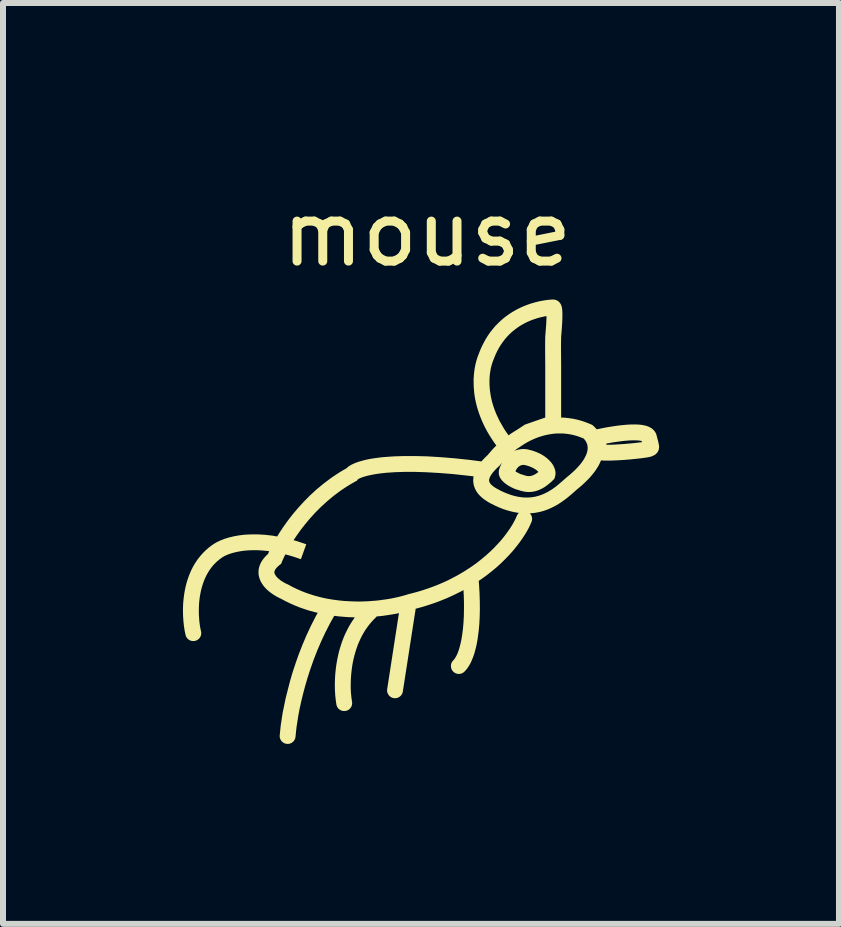
<source format=kicad_pcb>
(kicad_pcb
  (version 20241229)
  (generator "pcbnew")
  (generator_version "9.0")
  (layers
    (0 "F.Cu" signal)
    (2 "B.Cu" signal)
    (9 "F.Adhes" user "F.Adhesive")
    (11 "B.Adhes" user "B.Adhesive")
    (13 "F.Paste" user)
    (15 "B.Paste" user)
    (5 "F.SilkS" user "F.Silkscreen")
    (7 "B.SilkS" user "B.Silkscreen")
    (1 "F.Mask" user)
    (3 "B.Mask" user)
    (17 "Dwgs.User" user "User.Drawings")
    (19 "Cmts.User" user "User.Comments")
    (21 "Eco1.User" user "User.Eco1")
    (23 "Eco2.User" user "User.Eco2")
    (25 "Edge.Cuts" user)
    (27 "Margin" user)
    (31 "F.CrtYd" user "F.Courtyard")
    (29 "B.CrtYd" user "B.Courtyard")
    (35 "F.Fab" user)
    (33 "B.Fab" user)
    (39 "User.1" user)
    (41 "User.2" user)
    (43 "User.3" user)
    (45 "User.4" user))
  (footprint "mouse"
    (layer "F.Cu")
    (at 4.069 1.348)
    (property "Reference" "mouse" (at 0 -0.5 0) (unlocked yes) (layer "F.SilkS") (effects (font (size 1 1) (thickness 0.15))))
    (fp_poly (pts (xy 0.448 6.6) (xy 0.458 6.588) (xy 0.468 6.573) (xy 0.478 6.556) (xy 0.488 6.538) (xy 0.499 6.517) (xy 0.509 6.494) (xy 0.519 6.468) (xy 0.529 6.44) (xy 0.538 6.41) (xy 0.547 6.378) (xy 0.556 6.343) (xy 0.565 6.306) (xy 0.573 6.266) (xy 0.58 6.224) (xy 0.587 6.179) (xy 0.599 6.086) (xy 0.608 5.985) (xy 0.614 5.877) (xy 0.616 5.762) (xy 0.616 5.64) (xy 0.612 5.51) (xy 0.608 5.44) (xy 0.575 5.458) (xy 0.455 5.518) (xy 0.33 5.575) (xy 0.198 5.628) (xy 0.13 5.653) (xy 0.06 5.677) (xy -0.012 5.7) (xy -0.085 5.722) (xy -0.16 5.743) (xy -0.189 5.75) (xy -0.403 7.13) (xy -0.404 7.137) (xy -0.406 7.143) (xy -0.408 7.15) (xy -0.41 7.156) (xy -0.412 7.162) (xy -0.415 7.168) (xy -0.418 7.174) (xy -0.421 7.179) (xy -0.425 7.185) (xy -0.428 7.19) (xy -0.432 7.195) (xy -0.437 7.2) (xy -0.441 7.204) (xy -0.446 7.209) (xy -0.451 7.213) (xy -0.456 7.217) (xy -0.461 7.22) (xy -0.466 7.224) (xy -0.472 7.227) (xy -0.477 7.23) (xy -0.483 7.232) (xy -0.489 7.234) (xy -0.495 7.237) (xy -0.501 7.238) (xy -0.508 7.24) (xy -0.514 7.241) (xy -0.521 7.242) (xy -0.527 7.242) (xy -0.534 7.242) (xy -0.54 7.242) (xy -0.547 7.241) (xy -0.554 7.241) (xy -0.561 7.239) (xy -0.567 7.238) (xy -0.574 7.236) (xy -0.58 7.234) (xy -0.586 7.231) (xy -0.592 7.229) (xy -0.598 7.226) (xy -0.603 7.222) (xy -0.609 7.219) (xy -0.614 7.215) (xy -0.619 7.211) (xy -0.624 7.207) (xy -0.628 7.203) (xy -0.633 7.198) (xy -0.637 7.193) (xy -0.64 7.188) (xy -0.644 7.183) (xy -0.647 7.177) (xy -0.651 7.172) (xy -0.653 7.166) (xy -0.656 7.16) (xy -0.658 7.154) (xy -0.66 7.148) (xy -0.662 7.142) (xy -0.663 7.136) (xy -0.665 7.129) (xy -0.665 7.123) (xy -0.666 7.116) (xy -0.666 7.11) (xy -0.666 7.103) (xy -0.665 7.096) (xy -0.664 7.09) (xy -0.468 5.823) (xy -0.51 5.833) (xy -0.627 5.853) (xy -0.752 5.871) (xy -0.839 5.879) (xy -0.841 5.881) (xy -0.845 5.887) (xy -0.849 5.892) (xy -0.854 5.896) (xy -0.893 5.935) (xy -0.93 5.976) (xy -0.965 6.018) (xy -0.997 6.061) (xy -1.028 6.105) (xy -1.056 6.151) (xy -1.082 6.197) (xy -1.106 6.244) (xy -1.128 6.292) (xy -1.149 6.341) (xy -1.167 6.39) (xy -1.184 6.44) (xy -1.199 6.49) (xy -1.213 6.54) (xy -1.225 6.59) (xy -1.236 6.64) (xy -1.245 6.69) (xy -1.252 6.739) (xy -1.258 6.788) (xy -1.263 6.836) (xy -1.267 6.883) (xy -1.27 6.929) (xy -1.271 6.973) (xy -1.272 7.017) (xy -1.272 7.059) (xy -1.271 7.099) (xy -1.269 7.138) (xy -1.266 7.175) (xy -1.259 7.242) (xy -1.25 7.301) (xy -1.249 7.308) (xy -1.249 7.314) (xy -1.248 7.321) (xy -1.248 7.328) (xy -1.249 7.334) (xy -1.249 7.341) (xy -1.25 7.347) (xy -1.251 7.354) (xy -1.253 7.36) (xy -1.255 7.366) (xy -1.257 7.372) (xy -1.26 7.378) (xy -1.262 7.384) (xy -1.265 7.389) (xy -1.268 7.395) (xy -1.272 7.4) (xy -1.276 7.405) (xy -1.28 7.41) (xy -1.284 7.415) (xy -1.288 7.419) (xy -1.293 7.424) (xy -1.298 7.428) (xy -1.303 7.432) (xy -1.308 7.435) (xy -1.314 7.439) (xy -1.32 7.442) (xy -1.325 7.445) (xy -1.332 7.447) (xy -1.338 7.449) (xy -1.344 7.451) (xy -1.351 7.453) (xy -1.357 7.454) (xy -1.364 7.455) (xy -1.371 7.456) (xy -1.377 7.456) (xy -1.384 7.456) (xy -1.391 7.456) (xy -1.397 7.455) (xy -1.404 7.454) (xy -1.41 7.453) (xy -1.416 7.452) (xy -1.422 7.45) (xy -1.428 7.448) (xy -1.434 7.445) (xy -1.44 7.442) (xy -1.445 7.439) (xy -1.451 7.436) (xy -1.456 7.433) (xy -1.461 7.429) (xy -1.466 7.425) (xy -1.471 7.421) (xy -1.476 7.416) (xy -1.48 7.412) (xy -1.484 7.407) (xy -1.488 7.402) (xy -1.491 7.396) (xy -1.495 7.391) (xy -1.498 7.385) (xy -1.501 7.379) (xy -1.503 7.373) (xy -1.506 7.367) (xy -1.508 7.361) (xy -1.509 7.354) (xy -1.511 7.347) (xy -1.521 7.277) (xy -1.53 7.198) (xy -1.535 7.11) (xy -1.537 7.016) (xy -1.534 6.916) (xy -1.531 6.863) (xy -1.527 6.81) (xy -1.521 6.756) (xy -1.514 6.701) (xy -1.505 6.645) (xy -1.495 6.589) (xy -1.483 6.532) (xy -1.47 6.475) (xy -1.454 6.417) (xy -1.436 6.359) (xy -1.417 6.301) (xy -1.395 6.244) (xy -1.371 6.186) (xy -1.344 6.129) (xy -1.315 6.072) (xy -1.284 6.016) (xy -1.249 5.961) (xy -1.213 5.907) (xy -1.203 5.894) (xy -1.248 5.893) (xy -1.324 5.89) (xy -1.402 5.884) (xy -1.48 5.877) (xy -1.547 5.869) (xy -1.617 5.994) (xy -1.695 6.146) (xy -1.766 6.298) (xy -1.831 6.45) (xy -1.89 6.601) (xy -1.942 6.749) (xy -1.989 6.893) (xy -2.03 7.033) (xy -2.066 7.168) (xy -2.097 7.296) (xy -2.124 7.418) (xy -2.145 7.53) (xy -2.176 7.728) (xy -2.192 7.881) (xy -2.193 7.888) (xy -2.194 7.894) (xy -2.195 7.901) (xy -2.197 7.907) (xy -2.198 7.914) (xy -2.201 7.92) (xy -2.203 7.926) (xy -2.206 7.931) (xy -2.209 7.937) (xy -2.212 7.943) (xy -2.216 7.948) (xy -2.22 7.953) (xy -2.224 7.958) (xy -2.228 7.963) (xy -2.232 7.967) (xy -2.237 7.972) (xy -2.242 7.976) (xy -2.247 7.979) (xy -2.252 7.983) (xy -2.258 7.986) (xy -2.263 7.989) (xy -2.269 7.992) (xy -2.275 7.995) (xy -2.281 7.997) (xy -2.287 7.999) (xy -2.293 8.001) (xy -2.3 8.002) (xy -2.306 8.003) (xy -2.313 8.004) (xy -2.319 8.004) (xy -2.326 8.004) (xy -2.333 8.004) (xy -2.34 8.003) (xy -2.346 8.002) (xy -2.353 8.001) (xy -2.359 7.999) (xy -2.366 7.997) (xy -2.372 7.995) (xy -2.378 7.993) (xy -2.384 7.99) (xy -2.389 7.987) (xy -2.395 7.984) (xy -2.4 7.98) (xy -2.405 7.976) (xy -2.41 7.972) (xy -2.415 7.968) (xy -2.419 7.964) (xy -2.424 7.959) (xy -2.428 7.954) (xy -2.432 7.949) (xy -2.435 7.944) (xy -2.438 7.938) (xy -2.442 7.933) (xy -2.444 7.927) (xy -2.447 7.921) (xy -2.449 7.915) (xy -2.451 7.909) (xy -2.453 7.903) (xy -2.454 7.896) (xy -2.455 7.89) (xy -2.456 7.883) (xy -2.456 7.876) (xy -2.456 7.87) (xy -2.456 7.863) (xy -2.439 7.698) (xy -2.407 7.487) (xy -2.356 7.239) (xy -2.285 6.962) (xy -2.242 6.814) (xy -2.192 6.662) (xy -2.137 6.506) (xy -2.075 6.348) (xy -2.007 6.188) (xy -1.932 6.028) (xy -1.85 5.868) (xy -1.822 5.819) (xy -1.88 5.805) (xy -1.961 5.783) (xy -2.041 5.757) (xy -2.122 5.729) (xy -2.202 5.697) (xy -2.281 5.662) (xy -2.36 5.624) (xy -2.43 5.586) (xy -2.444 5.58) (xy -2.465 5.57) (xy -2.486 5.559) (xy -2.508 5.547) (xy -2.531 5.534) (xy -2.553 5.52) (xy -2.576 5.505) (xy -2.599 5.489) (xy -2.621 5.472) (xy -2.643 5.454) (xy -2.665 5.435) (xy -2.685 5.415) (xy -2.705 5.394) (xy -2.723 5.372) (xy -2.74 5.348) (xy -2.748 5.337) (xy -2.756 5.324) (xy -2.764 5.311) (xy -2.771 5.297) (xy -2.778 5.283) (xy -2.784 5.268) (xy -2.79 5.253) (xy -2.795 5.238) (xy -2.799 5.223) (xy -2.803 5.207) (xy -2.806 5.19) (xy -2.808 5.174) (xy -2.809 5.157) (xy -2.809 5.14) (xy -2.545 5.14) (xy -2.545 5.144) (xy -2.545 5.147) (xy -2.544 5.15) (xy -2.544 5.154) (xy -2.543 5.158) (xy -2.542 5.162) (xy -2.54 5.166) (xy -2.539 5.17) (xy -2.537 5.174) (xy -2.535 5.178) (xy -2.532 5.183) (xy -2.529 5.188) (xy -2.522 5.199) (xy -2.513 5.211) (xy -2.504 5.222) (xy -2.493 5.233) (xy -2.482 5.244) (xy -2.469 5.255) (xy -2.456 5.265) (xy -2.443 5.276) (xy -2.428 5.286) (xy -2.414 5.296) (xy -2.398 5.305) (xy -2.383 5.314) (xy -2.368 5.323) (xy -2.352 5.331) (xy -2.336 5.338) (xy -2.32 5.345) (xy -2.314 5.348) (xy -2.307 5.352) (xy -2.239 5.389) (xy -2.17 5.422) (xy -2.1 5.453) (xy -2.029 5.481) (xy -1.957 5.506) (xy -1.886 5.529) (xy -1.813 5.549) (xy -1.741 5.567) (xy -1.669 5.582) (xy -1.596 5.595) (xy -1.524 5.605) (xy -1.452 5.614) (xy -1.381 5.621) (xy -1.31 5.625) (xy -1.24 5.628) (xy -1.171 5.63) (xy -1.103 5.63) (xy -1.036 5.628) (xy -0.97 5.625) (xy -0.906 5.62) (xy -0.844 5.615) (xy -0.783 5.608) (xy -0.725 5.6) (xy -0.668 5.592) (xy -0.614 5.583) (xy -0.562 5.573) (xy -0.467 5.552) (xy -0.382 5.53) (xy -0.31 5.508) (xy -0.287 5.576) (xy -0.287 5.576) (xy -0.31 5.508) (xy -0.304 5.506) (xy -0.299 5.505) (xy -0.228 5.487) (xy -0.158 5.468) (xy -0.09 5.448) (xy -0.024 5.426) (xy 0.041 5.404) (xy 0.104 5.381) (xy 0.166 5.357) (xy 0.226 5.332) (xy 0.285 5.306) (xy 0.342 5.28) (xy 0.397 5.252) (xy 0.451 5.224) (xy 0.504 5.196) (xy 0.555 5.167) (xy 0.605 5.137) (xy 0.653 5.107) (xy 0.745 5.047) (xy 0.831 4.985) (xy 0.911 4.922) (xy 0.986 4.859) (xy 1.056 4.796) (xy 1.12 4.733) (xy 1.179 4.671) (xy 1.234 4.61) (xy 1.283 4.55) (xy 1.327 4.492) (xy 1.367 4.436) (xy 1.402 4.383) (xy 1.432 4.333) (xy 1.458 4.286) (xy 1.48 4.242) (xy 1.497 4.203) (xy 1.499 4.197) (xy 1.502 4.191) (xy 1.506 4.185) (xy 1.509 4.179) (xy 1.513 4.174) (xy 1.517 4.169) (xy 1.521 4.164) (xy 1.526 4.159) (xy 1.53 4.155) (xy 1.532 4.153) (xy 1.509 4.15) (xy 1.448 4.139) (xy 1.385 4.124) (xy 1.321 4.106) (xy 1.255 4.083) (xy 1.188 4.056) (xy 1.119 4.024) (xy 1.048 3.988) (xy 1.025 3.975) (xy 1.003 3.961) (xy 0.981 3.947) (xy 0.96 3.933) (xy 0.94 3.918) (xy 0.921 3.902) (xy 0.902 3.886) (xy 0.885 3.869) (xy 0.868 3.852) (xy 0.853 3.834) (xy 0.838 3.815) (xy 0.825 3.795) (xy 0.813 3.775) (xy 0.803 3.755) (xy 0.794 3.733) (xy 0.786 3.711) (xy 0.779 3.687) (xy 0.775 3.664) (xy 0.772 3.641) (xy 0.77 3.618) (xy 0.77 3.608) (xy 1.035 3.608) (xy 1.035 3.614) (xy 1.036 3.619) (xy 1.036 3.623) (xy 1.037 3.628) (xy 1.038 3.632) (xy 1.04 3.637) (xy 1.042 3.642) (xy 1.045 3.648) (xy 1.049 3.654) (xy 1.053 3.661) (xy 1.059 3.668) (xy 1.065 3.675) (xy 1.072 3.683) (xy 1.081 3.691) (xy 1.09 3.699) (xy 1.101 3.708) (xy 1.113 3.717) (xy 1.126 3.726) (xy 1.141 3.735) (xy 1.157 3.745) (xy 1.175 3.755) (xy 1.234 3.786) (xy 1.291 3.812) (xy 1.346 3.834) (xy 1.399 3.853) (xy 1.45 3.868) (xy 1.5 3.88) (xy 1.547 3.888) (xy 1.593 3.894) (xy 1.637 3.896) (xy 1.679 3.897) (xy 1.72 3.894) (xy 1.759 3.89) (xy 1.797 3.884) (xy 1.833 3.875) (xy 1.868 3.865) (xy 1.901 3.854) (xy 1.934 3.841) (xy 1.967 3.826) (xy 1.998 3.811) (xy 2.029 3.794) (xy 2.058 3.776) (xy 2.087 3.758) (xy 2.114 3.739) (xy 2.141 3.719) (xy 2.167 3.699) (xy 2.192 3.678) (xy 2.24 3.637) (xy 2.331 3.558) (xy 2.333 3.555) (xy 2.335 3.554) (xy 2.418 3.657) (xy 2.332 3.559) (xy 2.418 3.657) (xy 2.335 3.554) (xy 2.379 3.518) (xy 2.419 3.483) (xy 2.455 3.45) (xy 2.488 3.417) (xy 2.518 3.385) (xy 2.545 3.355) (xy 2.569 3.325) (xy 2.59 3.297) (xy 2.608 3.27) (xy 2.624 3.244) (xy 2.637 3.219) (xy 2.649 3.195) (xy 2.658 3.172) (xy 2.665 3.151) (xy 2.671 3.13) (xy 2.675 3.111) (xy 2.676 3.103) (xy 2.677 3.095) (xy 2.677 3.086) (xy 2.678 3.078) (xy 2.678 3.07) (xy 2.678 3.062) (xy 2.678 3.055) (xy 2.677 3.047) (xy 2.676 3.039) (xy 2.675 3.032) (xy 2.673 3.025) (xy 2.672 3.018) (xy 2.67 3.011) (xy 2.668 3.004) (xy 2.665 2.997) (xy 2.99 2.997) (xy 2.99 3.006) (xy 2.991 3.017) (xy 2.992 3.017) (xy 3.019 3.017) (xy 3.079 3.016) (xy 3.145 3.013) (xy 3.214 3.009) (xy 3.285 3.004) (xy 3.355 2.998) (xy 3.423 2.992) (xy 3.487 2.985) (xy 3.545 2.978) (xy 3.57 2.975) (xy 3.584 2.973) (xy 3.581 2.961) (xy 3.656 2.961) (xy 3.656 2.961) (xy 3.657 2.961) (xy 3.657 2.961) (xy 3.656 2.961) (xy 3.656 2.961) (xy 3.581 2.961) (xy 3.579 2.955) (xy 3.578 2.955) (xy 3.571 2.953) (xy 3.563 2.951) (xy 3.553 2.949) (xy 3.542 2.948) (xy 3.53 2.946) (xy 3.502 2.944) (xy 3.473 2.943) (xy 3.441 2.943) (xy 3.408 2.944) (xy 3.373 2.945) (xy 3.337 2.948) (xy 3.3 2.951) (xy 3.261 2.955) (xy 3.223 2.96) (xy 3.186 2.965) (xy 3.149 2.97) (xy 3.113 2.975) (xy 3.045 2.987) (xy 2.99 2.997) (xy 2.665 2.997) (xy 2.665 2.997) (xy 2.663 2.99) (xy 2.657 2.977) (xy 2.65 2.965) (xy 2.643 2.953) (xy 2.635 2.941) (xy 2.626 2.93) (xy 2.617 2.919) (xy 2.61 2.912) (xy 2.57 2.896) (xy 2.512 2.875) (xy 2.454 2.858) (xy 2.396 2.845) (xy 2.339 2.836) (xy 2.283 2.83) (xy 2.228 2.828) (xy 2.173 2.828) (xy 2.119 2.832) (xy 2.066 2.839) (xy 2.014 2.848) (xy 1.963 2.859) (xy 1.913 2.873) (xy 1.863 2.889) (xy 1.815 2.907) (xy 1.768 2.927) (xy 1.721 2.949) (xy 1.676 2.973) (xy 1.635 2.996) (xy 1.505 3.081) (xy 1.472 3.106) (xy 1.453 3.12) (xy 1.458 3.118) (xy 1.476 3.111) (xy 1.495 3.105) (xy 1.513 3.1) (xy 1.531 3.096) (xy 1.549 3.093) (xy 1.566 3.09) (xy 1.584 3.089) (xy 1.6 3.088) (xy 1.617 3.088) (xy 1.633 3.089) (xy 1.649 3.09) (xy 1.664 3.092) (xy 1.678 3.095) (xy 1.692 3.098) (xy 1.7 3.1) (xy 1.724 3.106) (xy 1.751 3.113) (xy 1.776 3.121) (xy 1.801 3.13) (xy 1.825 3.139) (xy 1.848 3.149) (xy 1.87 3.159) (xy 1.892 3.17) (xy 1.913 3.181) (xy 1.932 3.193) (xy 1.951 3.205) (xy 1.97 3.218) (xy 1.987 3.231) (xy 2.003 3.244) (xy 2.019 3.258) (xy 2.033 3.272) (xy 2.04 3.279) (xy 2.047 3.286) (xy 2.054 3.293) (xy 2.06 3.3) (xy 2.067 3.308) (xy 2.073 3.315) (xy 2.079 3.323) (xy 2.084 3.331) (xy 2.09 3.339) (xy 2.095 3.346) (xy 2.1 3.354) (xy 2.105 3.362) (xy 2.109 3.371) (xy 2.113 3.379) (xy 2.117 3.387) (xy 2.121 3.395) (xy 2.124 3.404) (xy 2.127 3.412) (xy 2.13 3.421) (xy 2.133 3.43) (xy 2.136 3.44) (xy 2.138 3.449) (xy 2.139 3.459) (xy 2.141 3.469) (xy 2.142 3.48) (xy 2.142 3.49) (xy 2.142 3.501) (xy 2.141 3.512) (xy 2.14 3.523) (xy 2.138 3.534) (xy 2.135 3.545) (xy 2.132 3.557) (xy 2.122 3.586) (xy 2.099 3.608) (xy 2.074 3.633) (xy 2.048 3.655) (xy 2.023 3.676) (xy 1.998 3.695) (xy 1.974 3.713) (xy 1.949 3.729) (xy 1.925 3.743) (xy 1.901 3.755) (xy 1.877 3.766) (xy 1.853 3.776) (xy 1.83 3.784) (xy 1.807 3.791) (xy 1.784 3.796) (xy 1.761 3.8) (xy 1.738 3.803) (xy 1.715 3.804) (xy 1.705 3.804) (xy 1.694 3.804) (xy 1.684 3.804) (xy 1.674 3.804) (xy 1.664 3.803) (xy 1.654 3.802) (xy 1.645 3.801) (xy 1.635 3.8) (xy 1.618 3.797) (xy 1.601 3.793) (xy 1.585 3.79) (xy 1.57 3.786) (xy 1.563 3.784) (xy 1.556 3.782) (xy 1.543 3.778) (xy 1.521 3.771) (xy 1.511 3.768) (xy 1.503 3.765) (xy 1.5 3.764) (xy 1.497 3.763) (xy 1.494 3.762) (xy 1.491 3.762) (xy 1.523 3.633) (xy 1.523 3.633) (xy 1.491 3.762) (xy 1.483 3.76) (xy 1.474 3.756) (xy 1.461 3.751) (xy 1.448 3.746) (xy 1.436 3.74) (xy 1.423 3.734) (xy 1.411 3.728) (xy 1.4 3.723) (xy 1.388 3.716) (xy 1.377 3.71) (xy 1.367 3.704) (xy 1.356 3.698) (xy 1.346 3.692) (xy 1.337 3.685) (xy 1.327 3.679) (xy 1.318 3.672) (xy 1.309 3.666) (xy 1.301 3.659) (xy 1.293 3.653) (xy 1.285 3.646) (xy 1.277 3.639) (xy 1.27 3.632) (xy 1.263 3.625) (xy 1.256 3.618) (xy 1.249 3.61) (xy 1.246 3.607) (xy 1.243 3.603) (xy 1.238 3.596) (xy 1.232 3.588) (xy 1.226 3.579) (xy 1.223 3.574) (xy 1.22 3.569) (xy 1.217 3.564) (xy 1.214 3.559) (xy 1.212 3.553) (xy 1.209 3.548) (xy 1.207 3.542) (xy 1.205 3.536) (xy 1.203 3.529) (xy 1.201 3.523) (xy 1.329 3.49) (xy 1.329 3.49) (xy 1.201 3.523) (xy 1.197 3.507) (xy 1.197 3.49) (xy 1.197 3.467) (xy 1.197 3.446) (xy 1.203 3.427) (xy 1.329 3.467) (xy 1.303 3.458) (xy 1.474 3.458) (xy 1.475 3.459) (xy 1.484 3.466) (xy 1.495 3.473) (xy 1.508 3.48) (xy 1.522 3.488) (xy 1.537 3.495) (xy 1.553 3.503) (xy 1.565 3.508) (xy 1.567 3.508) (xy 1.574 3.51) (xy 1.58 3.512) (xy 1.591 3.515) (xy 1.602 3.519) (xy 1.612 3.522) (xy 1.622 3.525) (xy 1.631 3.528) (xy 1.636 3.529) (xy 1.64 3.531) (xy 1.649 3.533) (xy 1.657 3.535) (xy 1.666 3.537) (xy 1.674 3.538) (xy 1.678 3.538) (xy 1.682 3.539) (xy 1.686 3.539) (xy 1.69 3.54) (xy 1.693 3.54) (xy 1.697 3.54) (xy 1.701 3.54) (xy 1.705 3.54) (xy 1.713 3.539) (xy 1.72 3.538) (xy 1.729 3.537) (xy 1.739 3.535) (xy 1.749 3.532) (xy 1.76 3.528) (xy 1.772 3.524) (xy 1.784 3.518) (xy 1.791 3.514) (xy 2.007 3.514) (xy 2.007 3.514) (xy 2.132 3.557) (xy 2.007 3.514) (xy 1.791 3.514) (xy 1.797 3.511) (xy 1.812 3.503) (xy 1.827 3.493) (xy 1.842 3.482) (xy 1.857 3.47) (xy 1.857 3.47) (xy 1.854 3.467) (xy 1.851 3.464) (xy 1.848 3.46) (xy 1.841 3.453) (xy 1.833 3.446) (xy 1.824 3.439) (xy 1.814 3.432) (xy 1.804 3.425) (xy 1.793 3.418) (xy 1.781 3.411) (xy 1.769 3.404) (xy 1.755 3.397) (xy 1.741 3.391) (xy 1.726 3.385) (xy 1.71 3.378) (xy 1.694 3.373) (xy 1.676 3.367) (xy 1.658 3.362) (xy 1.639 3.357) (xy 1.634 3.356) (xy 1.63 3.355) (xy 1.668 3.229) (xy 1.668 3.229) (xy 1.63 3.355) (xy 1.628 3.355) (xy 1.625 3.354) (xy 1.622 3.353) (xy 1.618 3.353) (xy 1.614 3.353) (xy 1.61 3.353) (xy 1.605 3.353) (xy 1.6 3.353) (xy 1.595 3.353) (xy 1.59 3.354) (xy 1.584 3.355) (xy 1.579 3.356) (xy 1.573 3.358) (xy 1.567 3.36) (xy 1.561 3.362) (xy 1.555 3.365) (xy 1.55 3.367) (xy 1.544 3.371) (xy 1.538 3.375) (xy 1.532 3.379) (xy 1.526 3.384) (xy 1.519 3.39) (xy 1.513 3.397) (xy 1.506 3.405) (xy 1.499 3.414) (xy 1.493 3.423) (xy 1.486 3.434) (xy 1.48 3.446) (xy 1.474 3.458) (xy 1.303 3.458) (xy 1.227 3.435) (xy 1.448 3.435) (xy 1.448 3.435) (xy 1.448 3.435) (xy 1.448 3.436) (xy 1.448 3.435) (xy 1.448 3.435) (xy 1.448 3.435) (xy 1.227 3.435) (xy 1.203 3.427) (xy 1.212 3.399) (xy 1.223 3.372) (xy 1.234 3.347) (xy 1.246 3.323) (xy 1.249 3.317) (xy 1.237 3.331) (xy 1.216 3.357) (xy 1.209 3.366) (xy 1.2 3.375) (xy 1.179 3.393) (xy 1.16 3.412) (xy 1.143 3.429) (xy 1.127 3.446) (xy 1.119 3.455) (xy 1.112 3.463) (xy 1.105 3.471) (xy 1.098 3.479) (xy 1.092 3.487) (xy 1.086 3.495) (xy 1.081 3.502) (xy 1.076 3.51) (xy 1.072 3.516) (xy 1.068 3.522) (xy 1.064 3.528) (xy 1.061 3.533) (xy 1.058 3.539) (xy 1.055 3.544) (xy 1.052 3.549) (xy 1.05 3.554) (xy 1.048 3.559) (xy 1.046 3.563) (xy 1.044 3.568) (xy 1.042 3.572) (xy 1.041 3.576) (xy 1.04 3.58) (xy 1.039 3.584) (xy 1.038 3.588) (xy 1.037 3.592) (xy 1.036 3.595) (xy 1.035 3.602) (xy 1.035 3.608) (xy 0.77 3.608) (xy 0.771 3.595) (xy 0.772 3.572) (xy 0.776 3.55) (xy 0.777 3.544) (xy 0.678 3.532) (xy 0.428 3.505) (xy 0.199 3.487) (xy -0.012 3.475) (xy -0.203 3.469) (xy -0.376 3.469) (xy -0.531 3.474) (xy -0.668 3.483) (xy -0.73 3.489) (xy -0.788 3.496) (xy -0.842 3.504) (xy -0.891 3.512) (xy -0.936 3.521) (xy -0.977 3.53) (xy -1.014 3.539) (xy -1.048 3.549) (xy -1.063 3.553) (xy -1.076 3.558) (xy -1.089 3.563) (xy -1.101 3.567) (xy -1.111 3.572) (xy -1.121 3.576) (xy -1.129 3.58) (xy -1.137 3.584) (xy -1.139 3.585) (xy -1.141 3.586) (xy -1.142 3.587) (xy -1.144 3.588) (xy -1.145 3.589) (xy -1.146 3.59) (xy -1.148 3.59) (xy -1.149 3.591) (xy -1.151 3.593) (xy -1.152 3.594) (xy -1.154 3.595) (xy -1.155 3.595) (xy -1.155 3.596) (xy -1.171 3.617) (xy -1.196 3.63) (xy -1.261 3.667) (xy -1.324 3.705) (xy -1.386 3.745) (xy -1.446 3.786) (xy -1.56 3.871) (xy -1.667 3.961) (xy -1.768 4.053) (xy -1.862 4.147) (xy -1.948 4.242) (xy -2.028 4.337) (xy -2.101 4.43) (xy -2.167 4.522) (xy -2.225 4.608) (xy -2.164 4.625) (xy -2.013 4.676) (xy -2.103 4.925) (xy -2.174 4.9) (xy -2.243 4.878) (xy -2.31 4.858) (xy -2.362 4.845) (xy -2.363 4.846) (xy -2.394 4.911) (xy -2.419 4.968) (xy -2.432 5.001) (xy -2.459 5.022) (xy -2.47 5.032) (xy -2.481 5.041) (xy -2.49 5.049) (xy -2.498 5.058) (xy -2.506 5.066) (xy -2.512 5.073) (xy -2.518 5.08) (xy -2.523 5.087) (xy -2.528 5.094) (xy -2.531 5.1) (xy -2.534 5.105) (xy -2.537 5.111) (xy -2.539 5.116) (xy -2.541 5.12) (xy -2.542 5.124) (xy -2.543 5.128) (xy -2.544 5.131) (xy -2.544 5.134) (xy -2.545 5.137) (xy -2.545 5.14) (xy -2.809 5.14) (xy -2.809 5.14) (xy -2.809 5.122) (xy -2.807 5.104) (xy -2.805 5.086) (xy -2.801 5.068) (xy -2.796 5.05) (xy -2.791 5.033) (xy -2.784 5.016) (xy -2.777 4.999) (xy -2.769 4.982) (xy -2.76 4.966) (xy -2.75 4.95) (xy -2.739 4.934) (xy -2.727 4.918) (xy -2.715 4.903) (xy -2.702 4.888) (xy -2.688 4.873) (xy -2.673 4.858) (xy -2.657 4.844) (xy -2.651 4.838) (xy -2.637 4.805) (xy -2.63 4.792) (xy -2.674 4.786) (xy -2.728 4.781) (xy -2.78 4.777) (xy -2.83 4.775) (xy -2.879 4.775) (xy -2.925 4.775) (xy -2.97 4.777) (xy -3.013 4.78) (xy -3.053 4.784) (xy -3.092 4.789) (xy -3.164 4.802) (xy -3.228 4.817) (xy -3.284 4.834) (xy -3.332 4.852) (xy -3.372 4.87) (xy -3.404 4.888) (xy -3.428 4.905) (xy -3.431 4.906) (xy -3.433 4.908) (xy -3.47 4.936) (xy -3.505 4.966) (xy -3.537 4.997) (xy -3.568 5.03) (xy -3.596 5.065) (xy -3.622 5.101) (xy -3.646 5.138) (xy -3.668 5.176) (xy -3.688 5.216) (xy -3.707 5.256) (xy -3.723 5.298) (xy -3.738 5.34) (xy -3.751 5.383) (xy -3.763 5.426) (xy -3.773 5.47) (xy -3.781 5.514) (xy -3.789 5.559) (xy -3.794 5.603) (xy -3.799 5.647) (xy -3.802 5.691) (xy -3.803 5.733) (xy -3.804 5.776) (xy -3.804 5.817) (xy -3.803 5.857) (xy -3.8 5.896) (xy -3.798 5.934) (xy -3.794 5.971) (xy -3.79 6.006) (xy -3.785 6.039) (xy -3.78 6.07) (xy -3.768 6.127) (xy -3.766 6.134) (xy -3.765 6.141) (xy -3.765 6.147) (xy -3.764 6.154) (xy -3.764 6.16) (xy -3.765 6.167) (xy -3.765 6.173) (xy -3.766 6.18) (xy -3.767 6.186) (xy -3.769 6.192) (xy -3.771 6.198) (xy -3.773 6.204) (xy -3.775 6.21) (xy -3.778 6.216) (xy -3.781 6.222) (xy -3.784 6.227) (xy -3.788 6.232) (xy -3.791 6.238) (xy -3.795 6.243) (xy -3.8 6.247) (xy -3.804 6.252) (xy -3.809 6.256) (xy -3.814 6.26) (xy -3.819 6.264) (xy -3.824 6.268) (xy -3.829 6.271) (xy -3.835 6.275) (xy -3.841 6.277) (xy -3.847 6.28) (xy -3.853 6.282) (xy -3.86 6.284) (xy -3.866 6.286) (xy -3.873 6.288) (xy -3.88 6.289) (xy -3.886 6.289) (xy -3.893 6.29) (xy -3.9 6.29) (xy -3.906 6.289) (xy -3.913 6.289) (xy -3.919 6.288) (xy -3.925 6.287) (xy -3.931 6.285) (xy -3.938 6.283) (xy -3.944 6.281) (xy -3.949 6.279) (xy -3.955 6.276) (xy -3.961 6.273) (xy -3.966 6.27) (xy -3.972 6.266) (xy -3.977 6.263) (xy -3.982 6.259) (xy -3.987 6.254) (xy -3.991 6.25) (xy -3.995 6.245) (xy -4 6.24) (xy -4.004 6.235) (xy -4.007 6.23) (xy -4.011 6.225) (xy -4.014 6.219) (xy -4.017 6.213) (xy -4.019 6.207) (xy -4.022 6.201) (xy -4.024 6.194) (xy -4.025 6.188) (xy -4.04 6.119) (xy -4.052 6.043) (xy -4.061 5.959) (xy -4.067 5.869) (xy -4.068 5.821) (xy -4.069 5.773) (xy -4.068 5.724) (xy -4.066 5.674) (xy -4.062 5.623) (xy -4.057 5.572) (xy -4.05 5.52) (xy -4.042 5.468) (xy -4.032 5.416) (xy -4.02 5.363) (xy -4.006 5.31) (xy -3.989 5.257) (xy -3.971 5.205) (xy -3.95 5.153) (xy -3.927 5.101) (xy -3.901 5.05) (xy -3.872 5) (xy -3.84 4.951) (xy -3.806 4.904) (xy -3.768 4.858) (xy -3.728 4.814) (xy -3.684 4.771) (xy -3.637 4.73) (xy -3.591 4.696) (xy -3.591 4.696) (xy -3.59 4.695) (xy -3.586 4.692) (xy -3.586 4.692) (xy -3.549 4.667) (xy -3.499 4.638) (xy -3.441 4.611) (xy -3.375 4.585) (xy -3.302 4.563) (xy -3.22 4.543) (xy -3.131 4.527) (xy -3.035 4.516) (xy -2.931 4.511) (xy -2.821 4.511) (xy -2.703 4.518) (xy -2.578 4.532) (xy -2.498 4.546) (xy -2.451 4.47) (xy -2.386 4.373) (xy -2.314 4.273) (xy -2.234 4.17) (xy -2.146 4.067) (xy -2.051 3.963) (xy -1.949 3.86) (xy -1.839 3.759) (xy -1.721 3.662) (xy -1.596 3.568) (xy -1.515 3.514) (xy -1.26 3.514) (xy -1.196 3.63) (xy -1.26 3.514) (xy -1.153 3.593) (xy -1.26 3.514) (xy -1.515 3.514) (xy -1.463 3.48) (xy -1.394 3.438) (xy -1.343 3.41) (xy -1.343 3.41) (xy -1.337 3.404) (xy -1.331 3.398) (xy -1.325 3.393) (xy -1.318 3.387) (xy -1.312 3.382) (xy -1.305 3.377) (xy -1.298 3.373) (xy -1.291 3.368) (xy -1.284 3.364) (xy -1.278 3.36) (xy -1.264 3.352) (xy -1.249 3.344) (xy -1.233 3.337) (xy -1.217 3.329) (xy -1.2 3.322) (xy -1.183 3.315) (xy -1.164 3.309) (xy -1.145 3.302) (xy -1.126 3.296) (xy -1.084 3.284) (xy -1.039 3.272) (xy -0.99 3.261) (xy -0.938 3.251) (xy -0.881 3.242) (xy -0.822 3.234) (xy -0.758 3.226) (xy -0.691 3.22) (xy -0.544 3.21) (xy -0.38 3.205) (xy -0.199 3.205) (xy -0.000217 3.21) (xy 0.217 3.223) (xy 0.453 3.242) (xy 0.709 3.269) (xy 0.908 3.295) (xy 0.911 3.291) (xy 0.924 3.276) (xy 1.111 3.276) (xy 1.196 3.371) (xy 1.111 3.276) (xy 1.111 3.276) (xy 0.924 3.276) (xy 0.931 3.268) (xy 0.953 3.245) (xy 0.975 3.223) (xy 0.999 3.2) (xy 1.014 3.186) (xy 1.031 3.165) (xy 1.058 3.133) (xy 1.087 3.1) (xy 1.119 3.066) (xy 1.153 3.032) (xy 1.156 3.03) (xy 1.126 2.989) (xy 1.082 2.924) (xy 1.041 2.859) (xy 1.003 2.795) (xy 0.969 2.731) (xy 0.938 2.668) (xy 0.911 2.606) (xy 0.886 2.545) (xy 0.864 2.484) (xy 0.845 2.425) (xy 0.828 2.366) (xy 0.814 2.308) (xy 0.802 2.252) (xy 0.793 2.196) (xy 0.786 2.142) (xy 0.778 2.038) (xy 0.777 1.944) (xy 1.041 1.944) (xy 1.042 2.025) (xy 1.049 2.112) (xy 1.063 2.204) (xy 1.084 2.3) (xy 1.115 2.401) (xy 1.155 2.505) (xy 1.206 2.613) (xy 1.269 2.724) (xy 1.304 2.781) (xy 1.344 2.838) (xy 1.359 2.86) (xy 1.401 2.83) (xy 1.449 2.799) (xy 1.46 2.792) (xy 2.688 2.792) (xy 2.688 2.792) (xy 2.739 2.679) (xy 2.688 2.792) (xy 1.46 2.792) (xy 1.495 2.771) (xy 1.62 2.689) (xy 1.633 2.68) (xy 1.649 2.675) (xy 1.971 2.563) (xy 1.971 1.693) (xy 1.969 1.452) (xy 1.969 1.338) (xy 1.971 1.208) (xy 2.103 1.21) (xy 1.971 1.208) (xy 1.971 1.202) (xy 1.972 1.197) (xy 1.972 1.197) (xy 1.972 1.197) (xy 1.972 1.197) (xy 1.972 1.197) (xy 1.972 1.197) (xy 1.972 1.197) (xy 1.972 1.197) (xy 1.972 1.197) (xy 1.972 1.197) (xy 1.972 1.197) (xy 1.972 1.197) (xy 1.972 1.197) (xy 1.972 1.196) (xy 1.972 1.196) (xy 1.972 1.196) (xy 1.972 1.192) (xy 1.974 1.177) (xy 1.976 1.154) (xy 1.978 1.124) (xy 1.981 1.088) (xy 1.984 1.048) (xy 1.987 1.006) (xy 1.989 0.963) (xy 1.991 0.919) (xy 1.992 0.898) (xy 1.992 0.878) (xy 1.992 0.872) (xy 1.987 0.873) (xy 1.973 0.875) (xy 1.943 0.881) (xy 1.912 0.888) (xy 1.879 0.896) (xy 1.844 0.905) (xy 1.807 0.917) (xy 1.769 0.93) (xy 1.731 0.944) (xy 1.691 0.961) (xy 1.652 0.979) (xy 1.612 1) (xy 1.571 1.023) (xy 1.531 1.048) (xy 1.491 1.076) (xy 1.451 1.107) (xy 1.411 1.14) (xy 1.373 1.176) (xy 1.335 1.215) (xy 1.299 1.257) (xy 1.264 1.303) (xy 1.23 1.352) (xy 1.198 1.404) (xy 1.168 1.46) (xy 1.14 1.52) (xy 1.114 1.584) (xy 1.113 1.587) (xy 1.112 1.591) (xy 1.095 1.632) (xy 1.08 1.68) (xy 1.065 1.736) (xy 1.054 1.799) (xy 1.045 1.868) (xy 1.041 1.944) (xy 0.777 1.944) (xy 0.776 1.939) (xy 0.782 1.845) (xy 0.792 1.759) (xy 0.807 1.679) (xy 0.826 1.606) (xy 0.847 1.541) (xy 0.848 1.538) (xy 0.99 1.538) (xy 1.112 1.591) (xy 0.991 1.538) (xy 0.99 1.538) (xy 0.848 1.538) (xy 0.867 1.492) (xy 0.866 1.492) (xy 0.882 1.452) (xy 0.898 1.413) (xy 0.915 1.376) (xy 0.933 1.34) (xy 0.97 1.27) (xy 1.009 1.206) (xy 1.051 1.145) (xy 1.095 1.089) (xy 1.14 1.036) (xy 1.187 0.988) (xy 1.235 0.943) (xy 1.284 0.901) (xy 1.334 0.863) (xy 1.384 0.828) (xy 1.434 0.797) (xy 1.485 0.768) (xy 1.535 0.742) (xy 1.584 0.719) (xy 1.632 0.699) (xy 1.679 0.681) (xy 1.725 0.665) (xy 1.769 0.652) (xy 1.811 0.64) (xy 1.852 0.63) (xy 1.891 0.621) (xy 1.927 0.615) (xy 1.96 0.609) (xy 1.991 0.605) (xy 2.019 0.601) (xy 2.043 0.599) (xy 2.081 0.596) (xy 2.103 0.596) (xy 2.11 0.596) (xy 2.116 0.596) (xy 2.121 0.597) (xy 2.127 0.598) (xy 2.133 0.599) (xy 2.138 0.6) (xy 2.143 0.601) (xy 2.148 0.603) (xy 2.153 0.605) (xy 2.158 0.607) (xy 2.162 0.609) (xy 2.167 0.611) (xy 2.171 0.613) (xy 2.175 0.616) (xy 2.179 0.618) (xy 2.183 0.62) (xy 2.186 0.623) (xy 2.19 0.626) (xy 2.196 0.631) (xy 2.202 0.637) (xy 2.207 0.642) (xy 2.212 0.647) (xy 2.216 0.652) (xy 2.219 0.657) (xy 2.222 0.661) (xy 2.225 0.665) (xy 2.227 0.669) (xy 2.229 0.673) (xy 2.231 0.677) (xy 2.233 0.681) (xy 2.235 0.685) (xy 2.237 0.689) (xy 2.238 0.693) (xy 2.239 0.696) (xy 2.241 0.7) (xy 2.243 0.706) (xy 2.244 0.712) (xy 2.246 0.717) (xy 2.248 0.727) (xy 2.25 0.737) (xy 2.251 0.747) (xy 2.253 0.757) (xy 2.254 0.767) (xy 2.255 0.778) (xy 2.255 0.787) (xy 2.256 0.797) (xy 2.257 0.817) (xy 2.257 0.838) (xy 2.257 0.86) (xy 2.257 0.883) (xy 2.256 0.929) (xy 2.254 0.976) (xy 2.251 1.022) (xy 2.248 1.067) (xy 2.245 1.109) (xy 2.242 1.146) (xy 2.239 1.178) (xy 2.237 1.202) (xy 2.236 1.218) (xy 2.236 1.218) (xy 2.234 1.34) (xy 2.234 1.451) (xy 2.236 1.692) (xy 2.236 1.693) (xy 2.236 2.563) (xy 2.301 2.566) (xy 2.372 2.574) (xy 2.444 2.585) (xy 2.516 2.601) (xy 2.59 2.622) (xy 2.664 2.648) (xy 2.739 2.679) (xy 2.757 2.688) (xy 2.772 2.701) (xy 2.793 2.72) (xy 2.812 2.741) (xy 2.829 2.76) (xy 2.837 2.758) (xy 2.879 2.749) (xy 2.905 2.744) (xy 2.934 2.738) (xy 2.998 2.726) (xy 3.071 2.714) (xy 3.15 2.702) (xy 3.19 2.697) (xy 3.232 2.692) (xy 3.273 2.688) (xy 3.315 2.684) (xy 3.357 2.681) (xy 3.398 2.679) (xy 3.44 2.678) (xy 3.48 2.678) (xy 3.52 2.68) (xy 3.558 2.683) (xy 3.576 2.685) (xy 3.595 2.688) (xy 3.614 2.692) (xy 3.633 2.696) (xy 3.642 2.698) (xy 3.651 2.701) (xy 3.661 2.703) (xy 3.67 2.706) (xy 3.679 2.71) (xy 3.688 2.713) (xy 3.697 2.717) (xy 3.706 2.721) (xy 3.715 2.726) (xy 3.724 2.731) (xy 3.733 2.736) (xy 3.743 2.742) (xy 3.752 2.749) (xy 3.761 2.756) (xy 3.769 2.764) (xy 3.778 2.772) (xy 3.786 2.781) (xy 3.794 2.791) (xy 3.801 2.801) (xy 3.808 2.812) (xy 3.814 2.823) (xy 3.82 2.836) (xy 3.822 2.842) (xy 3.824 2.849) (xy 3.826 2.856) (xy 3.828 2.862) (xy 3.844 2.924) (xy 3.851 2.949) (xy 3.856 2.971) (xy 3.86 2.989) (xy 3.862 2.999) (xy 3.864 3.009) (xy 3.866 3.02) (xy 3.867 3.031) (xy 3.868 3.036) (xy 3.868 3.042) (xy 3.869 3.047) (xy 3.869 3.053) (xy 3.869 3.06) (xy 3.868 3.067) (xy 3.867 3.075) (xy 3.867 3.08) (xy 3.866 3.084) (xy 3.865 3.089) (xy 3.864 3.093) (xy 3.863 3.098) (xy 3.861 3.103) (xy 3.86 3.108) (xy 3.858 3.113) (xy 3.856 3.118) (xy 3.853 3.123) (xy 3.85 3.128) (xy 3.848 3.133) (xy 3.845 3.138) (xy 3.842 3.143) (xy 3.838 3.147) (xy 3.835 3.151) (xy 3.832 3.155) (xy 3.828 3.159) (xy 3.825 3.163) (xy 3.822 3.166) (xy 3.818 3.169) (xy 3.815 3.172) (xy 3.811 3.175) (xy 3.808 3.177) (xy 3.805 3.18) (xy 3.802 3.182) (xy 3.799 3.184) (xy 3.796 3.186) (xy 3.794 3.187) (xy 3.791 3.189) (xy 3.789 3.19) (xy 3.786 3.191) (xy 3.782 3.194) (xy 3.777 3.196) (xy 3.774 3.197) (xy 3.769 3.199) (xy 3.763 3.202) (xy 3.761 3.203) (xy 3.76 3.203) (xy 3.76 3.204) (xy 3.759 3.204) (xy 3.755 3.206) (xy 3.752 3.207) (xy 3.748 3.209) (xy 3.745 3.21) (xy 3.742 3.211) (xy 3.738 3.213) (xy 3.732 3.215) (xy 3.726 3.216) (xy 3.721 3.218) (xy 3.714 3.219) (xy 3.705 3.221) (xy 3.696 3.223) (xy 3.686 3.225) (xy 3.676 3.227) (xy 3.655 3.23) (xy 3.631 3.234) (xy 3.605 3.237) (xy 3.578 3.241) (xy 3.517 3.248) (xy 3.45 3.255) (xy 3.379 3.262) (xy 3.305 3.268) (xy 3.231 3.273) (xy 3.158 3.277) (xy 3.087 3.28) (xy 3.053 3.281) (xy 3.02 3.281) (xy 2.989 3.281) (xy 2.974 3.281) (xy 2.959 3.281) (xy 2.945 3.28) (xy 2.931 3.279) (xy 2.917 3.279) (xy 2.904 3.278) (xy 2.901 3.277) (xy 2.891 3.3) (xy 2.874 3.337) (xy 2.854 3.375) (xy 2.831 3.412) (xy 2.806 3.45) (xy 2.777 3.488) (xy 2.746 3.526) (xy 2.713 3.565) (xy 2.676 3.603) (xy 2.636 3.642) (xy 2.594 3.682) (xy 2.549 3.721) (xy 2.504 3.758) (xy 2.416 3.836) (xy 2.361 3.882) (xy 2.332 3.906) (xy 2.3 3.93) (xy 2.267 3.954) (xy 2.233 3.978) (xy 2.197 4.001) (xy 2.159 4.024) (xy 2.119 4.046) (xy 2.078 4.066) (xy 2.036 4.085) (xy 1.992 4.103) (xy 1.944 4.119) (xy 1.895 4.133) (xy 1.844 4.144) (xy 1.792 4.153) (xy 1.739 4.158) (xy 1.714 4.16) (xy 1.717 4.163) (xy 1.721 4.168) (xy 1.725 4.173) (xy 1.729 4.178) (xy 1.732 4.184) (xy 1.736 4.189) (xy 1.739 4.195) (xy 1.741 4.2) (xy 1.744 4.206) (xy 1.746 4.212) (xy 1.747 4.218) (xy 1.749 4.225) (xy 1.75 4.231) (xy 1.751 4.237) (xy 1.752 4.244) (xy 1.752 4.25) (xy 1.752 4.256) (xy 1.751 4.263) (xy 1.751 4.269) (xy 1.75 4.276) (xy 1.748 4.282) (xy 1.747 4.289) (xy 1.745 4.295) (xy 1.742 4.302) (xy 1.721 4.351) (xy 1.695 4.405) (xy 1.664 4.462) (xy 1.628 4.521) (xy 1.587 4.583) (xy 1.541 4.648) (xy 1.49 4.714) (xy 1.435 4.782) (xy 1.373 4.851) (xy 1.307 4.92) (xy 1.236 4.99) (xy 1.159 5.06) (xy 1.076 5.129) (xy 0.988 5.198) (xy 0.894 5.265) (xy 0.862 5.286) (xy 0.868 5.356) (xy 0.876 5.498) (xy 0.88 5.635) (xy 0.881 5.765) (xy 0.878 5.888) (xy 0.872 6.004) (xy 0.862 6.114) (xy 0.849 6.217) (xy 0.842 6.264) (xy 0.834 6.311) (xy 0.825 6.356) (xy 0.815 6.4) (xy 0.804 6.442) (xy 0.793 6.483) (xy 0.78 6.523) (xy 0.767 6.561) (xy 0.752 6.597) (xy 0.737 6.632) (xy 0.721 6.665) (xy 0.703 6.696) (xy 0.685 6.725) (xy 0.666 6.752) (xy 0.645 6.777) (xy 0.624 6.799) (xy 0.619 6.804) (xy 0.613 6.808) (xy 0.608 6.812) (xy 0.603 6.816) (xy 0.597 6.82) (xy 0.591 6.823) (xy 0.586 6.826) (xy 0.58 6.828) (xy 0.574 6.83) (xy 0.567 6.832) (xy 0.561 6.834) (xy 0.555 6.835) (xy 0.549 6.836) (xy 0.542 6.837) (xy 0.536 6.837) (xy 0.53 6.837) (xy 0.523 6.837) (xy 0.517 6.837) (xy 0.511 6.836) (xy 0.505 6.835) (xy 0.498 6.833) (xy 0.492 6.832) (xy 0.486 6.83) (xy 0.48 6.827) (xy 0.474 6.825) (xy 0.468 6.822) (xy 0.463 6.818) (xy 0.457 6.815) (xy 0.452 6.811) (xy 0.446 6.807) (xy 0.441 6.803) (xy 0.437 6.798) (xy 0.432 6.793) (xy 0.428 6.788) (xy 0.423 6.782) (xy 0.42 6.777) (xy 0.416 6.771) (xy 0.413 6.766) (xy 0.41 6.76) (xy 0.408 6.754) (xy 0.406 6.748) (xy 0.404 6.742) (xy 0.402 6.736) (xy 0.401 6.729) (xy 0.4 6.723) (xy 0.399 6.717) (xy 0.399 6.71) (xy 0.399 6.704) (xy 0.399 6.698) (xy 0.399 6.691) (xy 0.4 6.685) (xy 0.401 6.679) (xy 0.403 6.673) (xy 0.404 6.666) (xy 0.406 6.66) (xy 0.409 6.654) (xy 0.411 6.648) (xy 0.414 6.643) (xy 0.417 6.637) (xy 0.421 6.631) (xy 0.425 6.626) (xy 0.429 6.621) (xy 0.433 6.616) (xy 0.438 6.611)) (stroke (width 0) (type solid)) (fill yes) (layer "F.SilkS")))
  (gr_rect
    (start -3 -3)
    (end 10.937 12.352)
    (stroke (width 0.1) (type default))
    (fill no)
    (layer "Edge.Cuts")))
</source>
